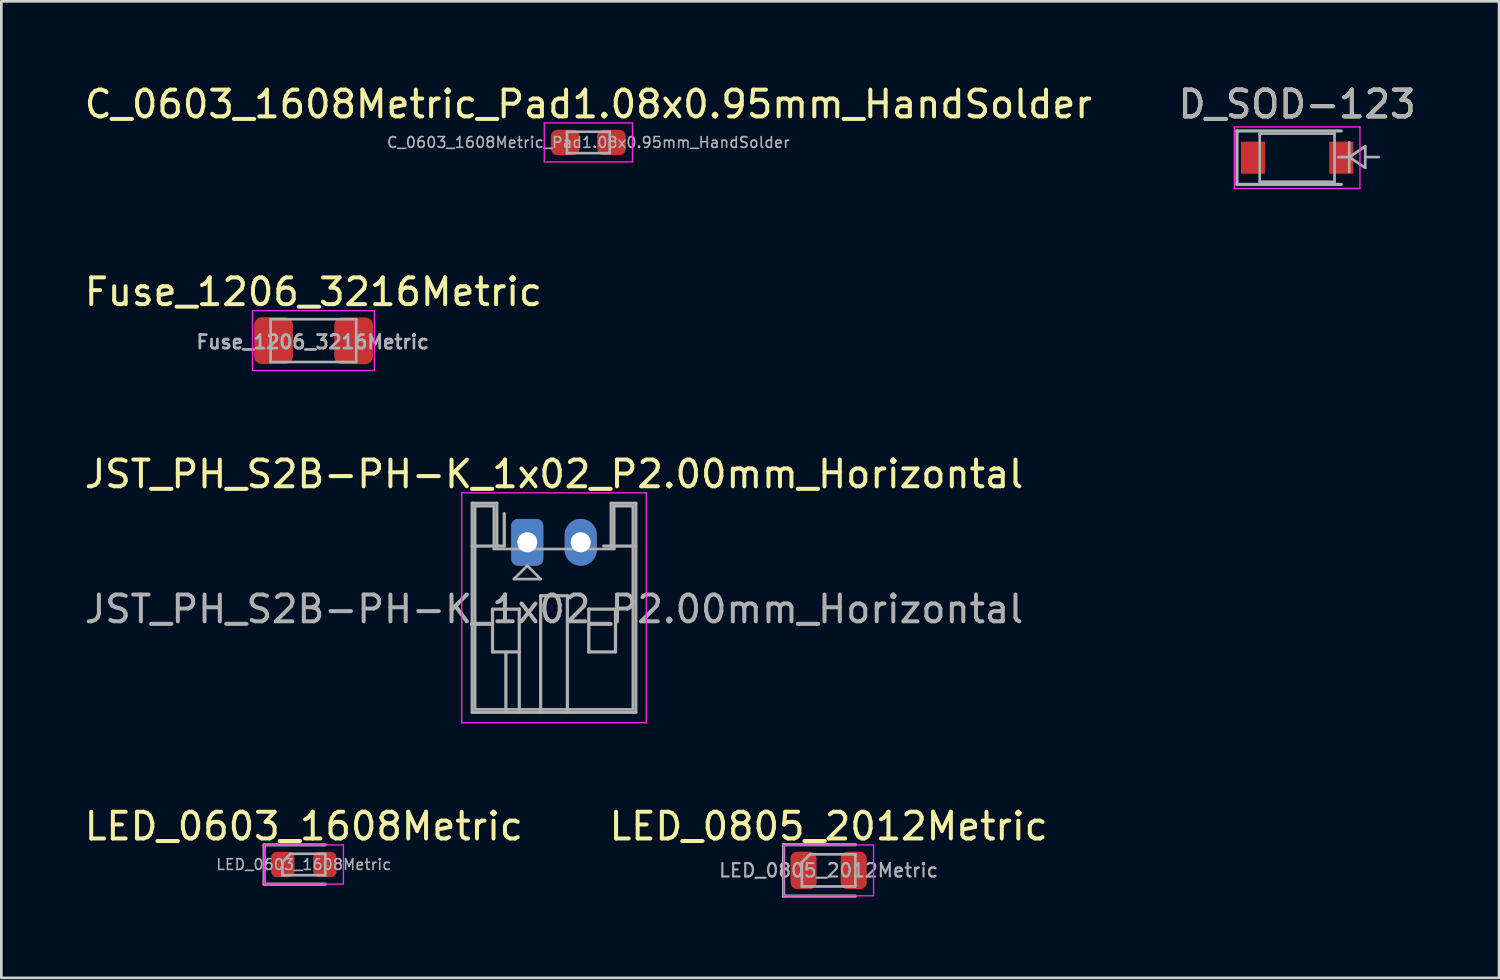
<source format=kicad_pcb>
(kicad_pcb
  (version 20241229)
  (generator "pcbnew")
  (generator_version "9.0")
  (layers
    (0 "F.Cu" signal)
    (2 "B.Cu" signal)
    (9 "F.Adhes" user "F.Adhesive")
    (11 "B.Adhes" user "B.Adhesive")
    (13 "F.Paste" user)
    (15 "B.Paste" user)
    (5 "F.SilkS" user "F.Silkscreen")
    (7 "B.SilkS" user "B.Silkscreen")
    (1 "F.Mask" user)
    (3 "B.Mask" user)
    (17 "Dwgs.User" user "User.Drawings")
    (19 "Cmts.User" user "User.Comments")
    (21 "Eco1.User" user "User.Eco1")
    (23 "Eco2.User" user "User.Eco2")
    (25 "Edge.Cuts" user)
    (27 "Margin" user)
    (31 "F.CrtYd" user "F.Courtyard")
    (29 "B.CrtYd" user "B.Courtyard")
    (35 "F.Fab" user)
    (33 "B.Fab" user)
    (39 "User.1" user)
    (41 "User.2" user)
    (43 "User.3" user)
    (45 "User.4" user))
  (footprint "JST_PH_S2B-PH-K_1x02_P2.00mm_Horizontal"
    (layer "F.Cu")
    (at 16.673 17.235)
    (property "Reference" "JST_PH_S2B-PH-K_1x02_P2.00mm_Horizontal" (at 1 -2.55 180) (layer "F.SilkS") (effects (font (size 1 1) (thickness 0.15))))
    (attr smd)
    (fp_line (start -2.45 -1.85) (end -2.45 6.75) (stroke (width 0.05) (type solid)) (layer "F.CrtYd"))
    (fp_line (start -2.45 6.75) (end 4.45 6.75) (stroke (width 0.05) (type solid)) (layer "F.CrtYd"))
    (fp_line (start 4.45 -1.85) (end -2.45 -1.85) (stroke (width 0.05) (type solid)) (layer "F.CrtYd"))
    (fp_line (start 4.45 6.75) (end 4.45 -1.85) (stroke (width 0.05) (type solid)) (layer "F.CrtYd"))
    (fp_line (start -2.06 -1.46) (end -2.06 6.36) (stroke (width 0.12) (type solid)) (layer "F.Fab"))
    (fp_line (start -2.06 0.14) (end -1.14 0.14) (stroke (width 0.12) (type solid)) (layer "F.Fab"))
    (fp_line (start -2.06 6.36) (end 4.06 6.36) (stroke (width 0.12) (type solid)) (layer "F.Fab"))
    (fp_line (start -1.95 -1.35) (end -1.95 6.25) (stroke (width 0.1) (type solid)) (layer "F.Fab"))
    (fp_line (start -1.95 6.25) (end 3.95 6.25) (stroke (width 0.1) (type solid)) (layer "F.Fab"))
    (fp_line (start -1.3 2.5) (end -1.3 4.1) (stroke (width 0.12) (type solid)) (layer "F.Fab"))
    (fp_line (start -1.3 4.1) (end -0.3 4.1) (stroke (width 0.12) (type solid)) (layer "F.Fab"))
    (fp_line (start -1.25 -1.35) (end -1.95 -1.35) (stroke (width 0.1) (type solid)) (layer "F.Fab"))
    (fp_line (start -1.25 0.25) (end -1.25 -1.35) (stroke (width 0.1) (type solid)) (layer "F.Fab"))
    (fp_line (start -1.14 -1.46) (end -2.06 -1.46) (stroke (width 0.12) (type solid)) (layer "F.Fab"))
    (fp_line (start -1.14 0.14) (end -1.14 -1.46) (stroke (width 0.12) (type solid)) (layer "F.Fab"))
    (fp_line (start -0.86 0.14) (end -1.14 0.14) (stroke (width 0.12) (type solid)) (layer "F.Fab"))
    (fp_line (start -0.86 0.14) (end -0.86 -1.075) (stroke (width 0.12) (type solid)) (layer "F.Fab"))
    (fp_line (start -0.8 4.1) (end -0.8 6.36) (stroke (width 0.12) (type solid)) (layer "F.Fab"))
    (fp_line (start -0.5 1.375) (end 0.5 1.375) (stroke (width 0.1) (type solid)) (layer "F.Fab"))
    (fp_line (start -0.3 2.5) (end -1.3 2.5) (stroke (width 0.12) (type solid)) (layer "F.Fab"))
    (fp_line (start -0.3 4.1) (end -0.3 2.5) (stroke (width 0.12) (type solid)) (layer "F.Fab"))
    (fp_line (start -0.3 4.1) (end -0.3 6.36) (stroke (width 0.12) (type solid)) (layer "F.Fab"))
    (fp_line (start 0 0.875) (end -0.5 1.375) (stroke (width 0.1) (type solid)) (layer "F.Fab"))
    (fp_line (start 0.5 1.375) (end 0 0.875) (stroke (width 0.1) (type solid)) (layer "F.Fab"))
    (fp_line (start 0.5 2) (end 1.5 2) (stroke (width 0.12) (type solid)) (layer "F.Fab"))
    (fp_line (start 0.5 6.36) (end 0.5 2) (stroke (width 0.12) (type solid)) (layer "F.Fab"))
    (fp_line (start 1.5 2) (end 1.5 6.36) (stroke (width 0.12) (type solid)) (layer "F.Fab"))
    (fp_line (start 2.3 2.5) (end 3.3 2.5) (stroke (width 0.12) (type solid)) (layer "F.Fab"))
    (fp_line (start 2.3 4.1) (end 2.3 2.5) (stroke (width 0.12) (type solid)) (layer "F.Fab"))
    (fp_line (start 3.14 -1.46) (end 3.14 0.14) (stroke (width 0.12) (type solid)) (layer "F.Fab"))
    (fp_line (start 3.14 0.14) (end 2.86 0.14) (stroke (width 0.12) (type solid)) (layer "F.Fab"))
    (fp_line (start 3.25 -1.35) (end 3.25 0.25) (stroke (width 0.1) (type solid)) (layer "F.Fab"))
    (fp_line (start 3.25 0.25) (end -1.25 0.25) (stroke (width 0.1) (type solid)) (layer "F.Fab"))
    (fp_line (start 3.3 2.5) (end 3.3 4.1) (stroke (width 0.12) (type solid)) (layer "F.Fab"))
    (fp_line (start 3.3 4.1) (end 2.3 4.1) (stroke (width 0.12) (type solid)) (layer "F.Fab"))
    (fp_line (start 3.95 -1.35) (end 3.25 -1.35) (stroke (width 0.1) (type solid)) (layer "F.Fab"))
    (fp_line (start 3.95 6.25) (end 3.95 -1.35) (stroke (width 0.1) (type solid)) (layer "F.Fab"))
    (fp_line (start 4.06 -1.46) (end 3.14 -1.46) (stroke (width 0.12) (type solid)) (layer "F.Fab"))
    (fp_line (start 4.06 0.14) (end 3.14 0.14) (stroke (width 0.12) (type solid)) (layer "F.Fab"))
    (fp_line (start 4.06 6.36) (end 4.06 -1.46) (stroke (width 0.12) (type solid)) (layer "F.Fab"))
    (fp_text user "${REFERENCE}" (at 1 2.5 180) (layer "F.Fab") (effects (font (size 1 1) (thickness 0.15))))
    (pad "1" thru_hole roundrect (at 0 0) (size 1.2 1.75) (drill 0.75) (layers "*.Cu" "*.Mask") (roundrect_rratio 0.208))
    (pad "2" thru_hole oval (at 2 0) (size 1.2 1.75) (drill 0.75) (layers "*.Cu" "*.Mask")))
  (footprint "LED_0805_2012Metric"
    (layer "F.Cu")
    (at 27.946 29.508)
    (property "Reference" "LED_0805_2012Metric" (at 0 -1.65 0) (layer "F.SilkS") (effects (font (size 1 1) (thickness 0.15))))
    (attr smd)
    (fp_line (start -1.68 -0.95) (end 1.68 -0.95) (stroke (width 0.05) (type solid)) (layer "F.CrtYd"))
    (fp_line (start -1.68 0.95) (end -1.68 -0.95) (stroke (width 0.05) (type solid)) (layer "F.CrtYd"))
    (fp_line (start 1.68 -0.95) (end 1.68 0.95) (stroke (width 0.05) (type solid)) (layer "F.CrtYd"))
    (fp_line (start 1.68 0.95) (end -1.68 0.95) (stroke (width 0.05) (type solid)) (layer "F.CrtYd"))
    (fp_line (start -1.685 -0.96) (end -1.685 0.96) (stroke (width 0.12) (type solid)) (layer "F.Fab"))
    (fp_line (start -1.685 0.96) (end 1 0.96) (stroke (width 0.12) (type solid)) (layer "F.Fab"))
    (fp_line (start -1 -0.3) (end -1 0.6) (stroke (width 0.1) (type solid)) (layer "F.Fab"))
    (fp_line (start -1 0.6) (end 1 0.6) (stroke (width 0.1) (type solid)) (layer "F.Fab"))
    (fp_line (start -0.7 -0.6) (end -1 -0.3) (stroke (width 0.1) (type solid)) (layer "F.Fab"))
    (fp_line (start 1 -0.96) (end -1.685 -0.96) (stroke (width 0.12) (type solid)) (layer "F.Fab"))
    (fp_line (start 1 -0.6) (end -0.7 -0.6) (stroke (width 0.1) (type solid)) (layer "F.Fab"))
    (fp_line (start 1 0.6) (end 1 -0.6) (stroke (width 0.1) (type solid)) (layer "F.Fab"))
    (fp_text user "${REFERENCE}" (at 0 0 0) (layer "F.Fab") (effects (font (size 0.5 0.5) (thickness 0.08))))
    (pad "1" smd roundrect (at -0.938 0) (size 0.975 1.4) (layers "F.Cu" "F.Mask" "F.Paste") (roundrect_rratio 0.25))
    (pad "2" smd roundrect (at 0.938 0) (size 0.975 1.4) (layers "F.Cu" "F.Mask" "F.Paste") (roundrect_rratio 0.25)))
  (footprint "D_SOD-123"
    (layer "F.Cu")
    (at 45.47 2.848)
    (property "Reference" "D_SOD-123" (at 0 -2 0) (layer "F.SilkS") (effects (font (size 1 1) (thickness 0.15))))
    (attr smd)
    (fp_line (start -2.35 -1.15) (end -2.35 1.15) (stroke (width 0.05) (type solid)) (layer "F.CrtYd"))
    (fp_line (start -2.35 -1.15) (end 2.35 -1.15) (stroke (width 0.05) (type solid)) (layer "F.CrtYd"))
    (fp_line (start 2.35 -1.15) (end 2.35 1.15) (stroke (width 0.05) (type solid)) (layer "F.CrtYd"))
    (fp_line (start 2.35 1.15) (end -2.35 1.15) (stroke (width 0.05) (type solid)) (layer "F.CrtYd"))
    (fp_line (start -2.25 -1) (end -2.25 1) (stroke (width 0.12) (type solid)) (layer "F.Fab"))
    (fp_line (start -2.25 -1) (end 1.65 -1) (stroke (width 0.12) (type solid)) (layer "F.Fab"))
    (fp_line (start -2.25 1) (end 1.65 1) (stroke (width 0.12) (type solid)) (layer "F.Fab"))
    (fp_line (start -1.4 -0.9) (end 1.4 -0.9) (stroke (width 0.1) (type solid)) (layer "F.Fab"))
    (fp_line (start -1.4 0.9) (end -1.4 -0.9) (stroke (width 0.1) (type solid)) (layer "F.Fab"))
    (fp_line (start 1.4 -0.9) (end 1.4 0.9) (stroke (width 0.1) (type solid)) (layer "F.Fab"))
    (fp_line (start 1.4 0.9) (end -1.4 0.9) (stroke (width 0.1) (type solid)) (layer "F.Fab"))
    (fp_line (start 1.548 -0.022) (end 1.948 -0.022) (stroke (width 0.1) (type solid)) (layer "F.Fab"))
    (fp_line (start 1.948 -0.022) (end 1.948 -0.572) (stroke (width 0.1) (type solid)) (layer "F.Fab"))
    (fp_line (start 1.948 -0.022) (end 1.948 0.528) (stroke (width 0.1) (type solid)) (layer "F.Fab"))
    (fp_line (start 1.948 -0.022) (end 2.548 -0.422) (stroke (width 0.1) (type solid)) (layer "F.Fab"))
    (fp_line (start 2.548 -0.422) (end 2.548 0.378) (stroke (width 0.1) (type solid)) (layer "F.Fab"))
    (fp_line (start 2.548 -0.022) (end 3.048 -0.022) (stroke (width 0.1) (type solid)) (layer "F.Fab"))
    (fp_line (start 2.548 0.378) (end 1.948 -0.022) (stroke (width 0.1) (type solid)) (layer "F.Fab"))
    (fp_text user "${REFERENCE}" (at 0 -2 0) (layer "F.Fab") (effects (font (size 1 1) (thickness 0.15))))
    (pad "1" smd rect (at -1.65 0) (size 0.9 1.2) (layers "F.Cu" "F.Mask" "F.Paste"))
    (pad "2" smd rect (at 1.65 0) (size 0.9 1.2) (layers "F.Cu" "F.Mask" "F.Paste")))
  (footprint "LED_0603_1608Metric"
    (layer "F.Cu")
    (at 8.315 29.288)
    (property "Reference" "LED_0603_1608Metric" (at 0 -1.43 0) (layer "F.SilkS") (effects (font (size 1 1) (thickness 0.15))))
    (attr smd)
    (fp_line (start -1.48 -0.73) (end 1.48 -0.73) (stroke (width 0.05) (type solid)) (layer "F.CrtYd"))
    (fp_line (start -1.48 0.73) (end -1.48 -0.73) (stroke (width 0.05) (type solid)) (layer "F.CrtYd"))
    (fp_line (start 1.48 -0.73) (end 1.48 0.73) (stroke (width 0.05) (type solid)) (layer "F.CrtYd"))
    (fp_line (start 1.48 0.73) (end -1.48 0.73) (stroke (width 0.05) (type solid)) (layer "F.CrtYd"))
    (fp_line (start -1.485 -0.735) (end -1.485 0.735) (stroke (width 0.12) (type solid)) (layer "F.Fab"))
    (fp_line (start -1.485 0.735) (end 0.8 0.735) (stroke (width 0.12) (type solid)) (layer "F.Fab"))
    (fp_line (start -0.8 -0.1) (end -0.8 0.4) (stroke (width 0.1) (type solid)) (layer "F.Fab"))
    (fp_line (start -0.8 0.4) (end 0.8 0.4) (stroke (width 0.1) (type solid)) (layer "F.Fab"))
    (fp_line (start -0.5 -0.4) (end -0.8 -0.1) (stroke (width 0.1) (type solid)) (layer "F.Fab"))
    (fp_line (start 0.8 -0.735) (end -1.485 -0.735) (stroke (width 0.12) (type solid)) (layer "F.Fab"))
    (fp_line (start 0.8 -0.4) (end -0.5 -0.4) (stroke (width 0.1) (type solid)) (layer "F.Fab"))
    (fp_line (start 0.8 0.4) (end 0.8 -0.4) (stroke (width 0.1) (type solid)) (layer "F.Fab"))
    (fp_text user "${REFERENCE}" (at 0 0 0) (layer "F.Fab") (effects (font (size 0.4 0.4) (thickness 0.06))))
    (pad "1" smd roundrect (at -0.787 0) (size 0.875 0.95) (layers "F.Cu" "F.Mask" "F.Paste") (roundrect_rratio 0.25))
    (pad "2" smd roundrect (at 0.787 0) (size 0.875 0.95) (layers "F.Cu" "F.Mask" "F.Paste") (roundrect_rratio 0.25)))
  (footprint "C_0603_1608Metric_Pad1.08x0.95mm_HandSolder"
    (layer "F.Cu")
    (at 18.958 2.278)
    (property "Reference" "C_0603_1608Metric_Pad1.08x0.95mm_HandSolder" (at 0 -1.43 0) (layer "F.SilkS") (effects (font (size 1 1) (thickness 0.15))))
    (attr smd)
    (fp_line (start -1.65 -0.73) (end 1.65 -0.73) (stroke (width 0.05) (type solid)) (layer "F.CrtYd"))
    (fp_line (start -1.65 0.73) (end -1.65 -0.73) (stroke (width 0.05) (type solid)) (layer "F.CrtYd"))
    (fp_line (start 1.65 -0.73) (end 1.65 0.73) (stroke (width 0.05) (type solid)) (layer "F.CrtYd"))
    (fp_line (start 1.65 0.73) (end -1.65 0.73) (stroke (width 0.05) (type solid)) (layer "F.CrtYd"))
    (fp_line (start -0.8 -0.4) (end 0.8 -0.4) (stroke (width 0.1) (type solid)) (layer "F.Fab"))
    (fp_line (start -0.8 0.4) (end -0.8 -0.4) (stroke (width 0.1) (type solid)) (layer "F.Fab"))
    (fp_line (start 0.8 -0.4) (end 0.8 0.4) (stroke (width 0.1) (type solid)) (layer "F.Fab"))
    (fp_line (start 0.8 0.4) (end -0.8 0.4) (stroke (width 0.1) (type solid)) (layer "F.Fab"))
    (fp_text user "${REFERENCE}" (at 0 0 0) (layer "F.Fab") (effects (font (size 0.4 0.4) (thickness 0.06))))
    (pad "1" smd roundrect (at -0.863 0) (size 1.075 0.95) (layers "F.Cu" "F.Mask" "F.Paste") (roundrect_rratio 0.25))
    (pad "2" smd roundrect (at 0.863 0) (size 1.075 0.95) (layers "F.Cu" "F.Mask" "F.Paste") (roundrect_rratio 0.25)))
  (footprint "Fuse_1206_3216Metric"
    (layer "F.Cu")
    (at 8.673 9.691)
    (property "Reference" "Fuse_1206_3216Metric" (at 0 -1.82 0) (layer "F.SilkS") (effects (font (size 1 1) (thickness 0.15))))
    (attr smd)
    (fp_line (start -2.28 -1.12) (end 2.28 -1.12) (stroke (width 0.05) (type solid)) (layer "F.CrtYd"))
    (fp_line (start -2.28 1.12) (end -2.28 -1.12) (stroke (width 0.05) (type solid)) (layer "F.CrtYd"))
    (fp_line (start 2.28 -1.12) (end 2.28 1.12) (stroke (width 0.05) (type solid)) (layer "F.CrtYd"))
    (fp_line (start 2.28 1.12) (end -2.28 1.12) (stroke (width 0.05) (type solid)) (layer "F.CrtYd"))
    (fp_line (start -1.6 -0.8) (end 1.6 -0.8) (stroke (width 0.1) (type solid)) (layer "F.Fab"))
    (fp_line (start -1.6 0.8) (end -1.6 -0.8) (stroke (width 0.1) (type solid)) (layer "F.Fab"))
    (fp_line (start 1.6 -0.8) (end 1.6 0.8) (stroke (width 0.1) (type solid)) (layer "F.Fab"))
    (fp_line (start 1.6 0.8) (end -1.6 0.8) (stroke (width 0.1) (type solid)) (layer "F.Fab"))
    (fp_text user "${REFERENCE}" (at -0.025 0.051 0) (layer "F.Fab") (effects (font (size 0.508 0.508) (thickness 0.102))))
    (pad "1" smd roundrect (at -1.492 0) (size 1.45 1.75) (layers "F.Cu" "F.Mask" "F.Paste") (roundrect_rratio 0.2))
    (pad "2" smd roundrect (at 1.505 0.006) (size 1.45 1.75) (layers "F.Cu" "F.Mask" "F.Paste") (roundrect_rratio 0.2)))
  (gr_rect
    (start -3 -3)
    (end 53.024 33.528)
    (stroke (width 0.1) (type default))
    (fill no)
    (layer "Edge.Cuts")))
</source>
